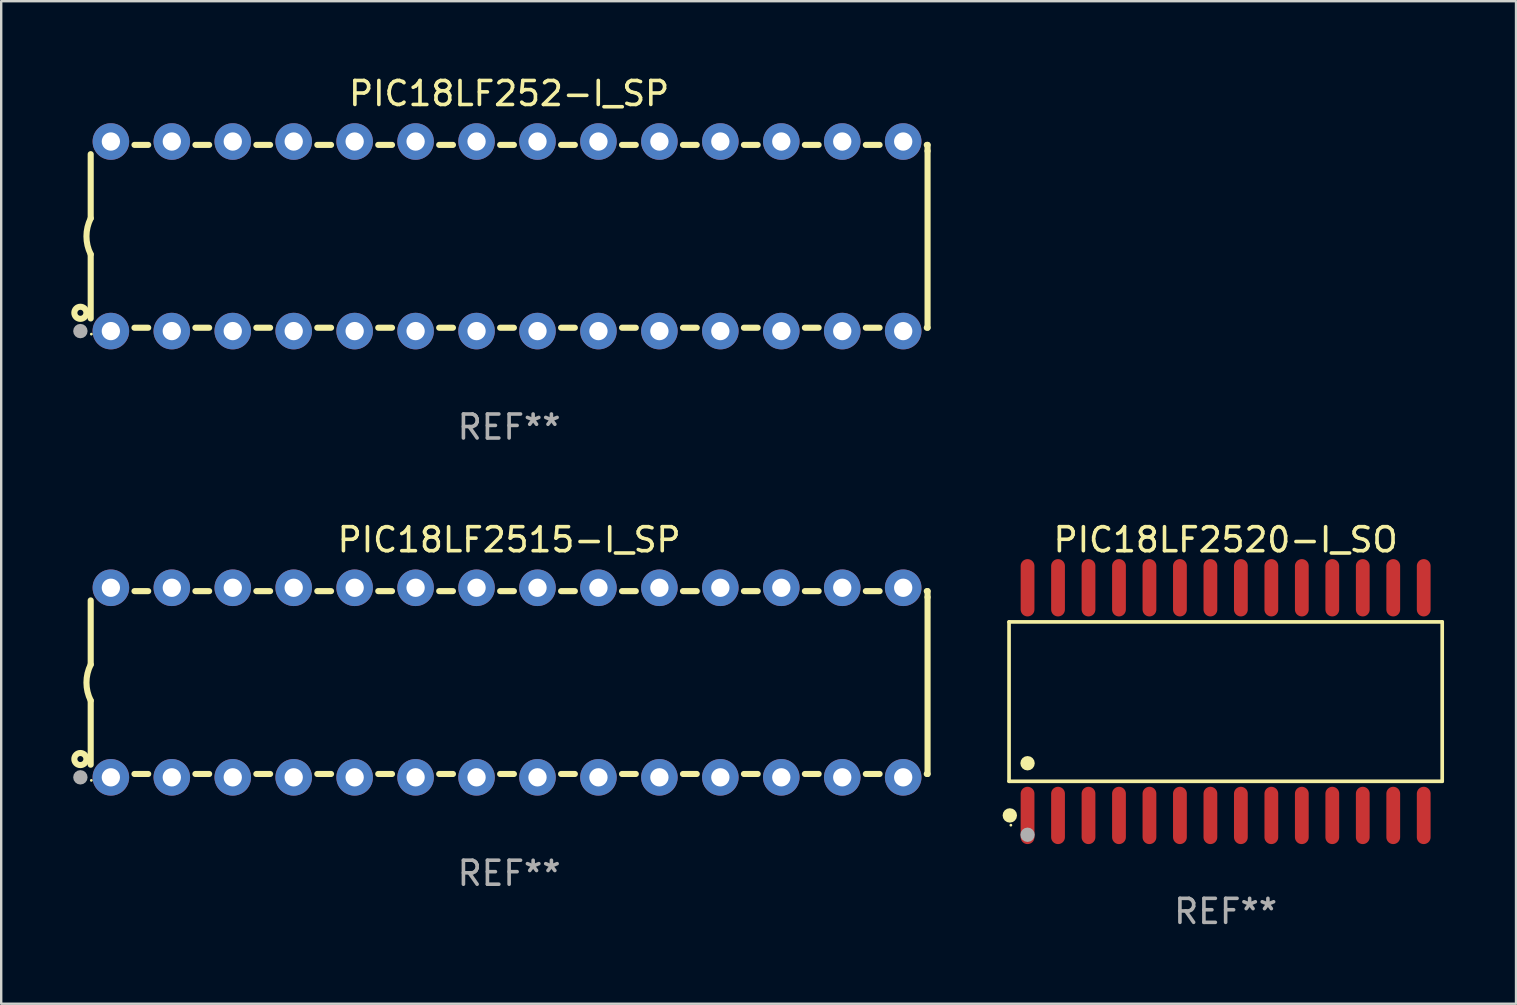
<source format=kicad_pcb>
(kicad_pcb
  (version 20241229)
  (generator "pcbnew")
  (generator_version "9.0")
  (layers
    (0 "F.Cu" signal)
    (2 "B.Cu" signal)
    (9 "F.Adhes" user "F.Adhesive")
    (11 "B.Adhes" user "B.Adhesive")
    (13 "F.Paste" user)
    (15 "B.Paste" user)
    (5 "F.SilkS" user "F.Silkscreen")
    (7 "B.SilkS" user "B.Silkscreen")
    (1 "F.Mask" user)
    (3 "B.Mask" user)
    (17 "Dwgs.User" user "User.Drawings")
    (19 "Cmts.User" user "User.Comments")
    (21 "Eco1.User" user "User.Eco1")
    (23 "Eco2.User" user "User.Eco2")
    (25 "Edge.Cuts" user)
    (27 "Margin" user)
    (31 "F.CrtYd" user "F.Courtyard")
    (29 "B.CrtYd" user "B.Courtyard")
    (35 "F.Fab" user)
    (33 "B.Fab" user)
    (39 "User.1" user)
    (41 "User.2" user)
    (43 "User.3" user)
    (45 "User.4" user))
  (footprint "PIC18LF252-I_SP"
    (layer "F.Cu")
    (at 18.168 6.798)
    (property "Reference" "PIC18LF252-I_SP" (at 0 -5.95 0) (layer "F.SilkS") (effects (font (size 1 1) (thickness 0.15))))
    (attr through_hole)
    (fp_line (start -17.438 0.75) (end -17.438 3.423) (stroke (width 0.254) (type solid)) (layer "F.SilkS"))
    (fp_line (start -17.438 -3.423) (end -17.438 -0.75) (stroke (width 0.254) (type solid)) (layer "F.SilkS"))
    (fp_line (start -15.615 3.81) (end -15.041 3.81) (stroke (width 0.254) (type solid)) (layer "F.SilkS"))
    (fp_line (start -15.041 -3.81) (end -15.614 -3.81) (stroke (width 0.254) (type solid)) (layer "F.SilkS"))
    (fp_line (start -13.075 3.81) (end -12.501 3.81) (stroke (width 0.254) (type solid)) (layer "F.SilkS"))
    (fp_line (start -12.501 -3.81) (end -13.074 -3.81) (stroke (width 0.254) (type solid)) (layer "F.SilkS"))
    (fp_line (start -10.535 3.81) (end -9.961 3.81) (stroke (width 0.254) (type solid)) (layer "F.SilkS"))
    (fp_line (start -9.961 -3.81) (end -10.534 -3.81) (stroke (width 0.254) (type solid)) (layer "F.SilkS"))
    (fp_line (start -7.995 3.81) (end -7.421 3.81) (stroke (width 0.254) (type solid)) (layer "F.SilkS"))
    (fp_line (start -7.421 -3.81) (end -7.995 -3.81) (stroke (width 0.254) (type solid)) (layer "F.SilkS"))
    (fp_line (start -5.455 3.81) (end -4.881 3.81) (stroke (width 0.254) (type solid)) (layer "F.SilkS"))
    (fp_line (start -4.881 -3.81) (end -5.455 -3.81) (stroke (width 0.254) (type solid)) (layer "F.SilkS"))
    (fp_line (start -2.915 3.81) (end -2.341 3.81) (stroke (width 0.254) (type solid)) (layer "F.SilkS"))
    (fp_line (start -2.341 -3.81) (end -2.915 -3.81) (stroke (width 0.254) (type solid)) (layer "F.SilkS"))
    (fp_line (start -0.375 3.81) (end 0.199 3.81) (stroke (width 0.254) (type solid)) (layer "F.SilkS"))
    (fp_line (start 0.199 -3.81) (end -0.375 -3.81) (stroke (width 0.254) (type solid)) (layer "F.SilkS"))
    (fp_line (start 2.165 3.81) (end 2.739 3.81) (stroke (width 0.254) (type solid)) (layer "F.SilkS"))
    (fp_line (start 2.739 -3.81) (end 2.165 -3.81) (stroke (width 0.254) (type solid)) (layer "F.SilkS"))
    (fp_line (start 4.705 3.81) (end 5.279 3.81) (stroke (width 0.254) (type solid)) (layer "F.SilkS"))
    (fp_line (start 5.279 -3.81) (end 4.705 -3.81) (stroke (width 0.254) (type solid)) (layer "F.SilkS"))
    (fp_line (start 7.245 3.81) (end 7.819 3.81) (stroke (width 0.254) (type solid)) (layer "F.SilkS"))
    (fp_line (start 7.819 -3.81) (end 7.245 -3.81) (stroke (width 0.254) (type solid)) (layer "F.SilkS"))
    (fp_line (start 9.785 3.81) (end 10.359 3.81) (stroke (width 0.254) (type solid)) (layer "F.SilkS"))
    (fp_line (start 10.359 -3.81) (end 9.785 -3.81) (stroke (width 0.254) (type solid)) (layer "F.SilkS"))
    (fp_line (start 12.325 3.81) (end 12.899 3.81) (stroke (width 0.254) (type solid)) (layer "F.SilkS"))
    (fp_line (start 12.899 -3.81) (end 12.325 -3.81) (stroke (width 0.254) (type solid)) (layer "F.SilkS"))
    (fp_line (start 14.865 3.81) (end 15.439 3.81) (stroke (width 0.254) (type solid)) (layer "F.SilkS"))
    (fp_line (start 15.439 -3.81) (end 14.865 -3.81) (stroke (width 0.254) (type solid)) (layer "F.SilkS"))
    (fp_line (start 17.405 3.81) (end 17.438 3.81) (stroke (width 0.254) (type solid)) (layer "F.SilkS"))
    (fp_line (start 17.438 -3.81) (end 17.405 -3.81) (stroke (width 0.254) (type solid)) (layer "F.SilkS"))
    (fp_line (start 17.438 -3.556) (end 17.438 -3.81) (stroke (width 0.254) (type solid)) (layer "F.SilkS"))
    (fp_line (start 17.438 3.81) (end 17.438 -3.556) (stroke (width 0.254) (type solid)) (layer "F.SilkS"))
    (fp_arc (start -17.437986 0.749657) (mid -17.614887 -0.000024) (end -17.437783 -0.749657) (stroke (width 0.254001) (type solid)) (layer "F.SilkS"))
    (fp_circle (center -17.868 3.188) (end -17.743 3.188) (stroke (width 0.254) (type solid)) (fill no) (layer "F.SilkS"))
    (fp_circle (center -17.411 4.077) (end -17.381 4.077) (stroke (width 0.06) (type solid)) (fill no) (layer "F.SilkS"))
    (fp_circle (center -17.868 3.95) (end -17.718 3.95) (stroke (width 0.3) (type solid)) (fill no) (layer "F.Fab"))
    (fp_text user "REF**" (at 0 7.95 0) (layer "F.Fab") (effects (font (size 1 1) (thickness 0.15))))
    (pad "1" thru_hole circle (at -16.598 3.95) (size 1.524 1.524) (drill 0.762) (layers "*.Cu" "*.Mask"))
    (pad "2" thru_hole circle (at -14.058 3.95) (size 1.524 1.524) (drill 0.762) (layers "*.Cu" "*.Mask"))
    (pad "3" thru_hole circle (at -11.518 3.95) (size 1.524 1.524) (drill 0.762) (layers "*.Cu" "*.Mask"))
    (pad "4" thru_hole circle (at -8.978 3.95) (size 1.524 1.524) (drill 0.762) (layers "*.Cu" "*.Mask"))
    (pad "5" thru_hole circle (at -6.438 3.95) (size 1.524 1.524) (drill 0.762) (layers "*.Cu" "*.Mask"))
    (pad "6" thru_hole circle (at -3.898 3.95) (size 1.524 1.524) (drill 0.762) (layers "*.Cu" "*.Mask"))
    (pad "7" thru_hole circle (at -1.358 3.95) (size 1.524 1.524) (drill 0.762) (layers "*.Cu" "*.Mask"))
    (pad "8" thru_hole circle (at 1.182 3.95) (size 1.524 1.524) (drill 0.762) (layers "*.Cu" "*.Mask"))
    (pad "9" thru_hole circle (at 3.722 3.95) (size 1.524 1.524) (drill 0.762) (layers "*.Cu" "*.Mask"))
    (pad "10" thru_hole circle (at 6.262 3.95) (size 1.524 1.524) (drill 0.762) (layers "*.Cu" "*.Mask"))
    (pad "11" thru_hole circle (at 8.802 3.95) (size 1.524 1.524) (drill 0.762) (layers "*.Cu" "*.Mask"))
    (pad "12" thru_hole circle (at 11.342 3.95) (size 1.524 1.524) (drill 0.762) (layers "*.Cu" "*.Mask"))
    (pad "13" thru_hole circle (at 13.882 3.95) (size 1.524 1.524) (drill 0.762) (layers "*.Cu" "*.Mask"))
    (pad "14" thru_hole circle (at 16.422 3.95) (size 1.524 1.524) (drill 0.762) (layers "*.Cu" "*.Mask"))
    (pad "15" thru_hole circle (at 16.422 -3.95) (size 1.524 1.524) (drill 0.762) (layers "*.Cu" "*.Mask"))
    (pad "16" thru_hole circle (at 13.882 -3.95) (size 1.524 1.524) (drill 0.762) (layers "*.Cu" "*.Mask"))
    (pad "17" thru_hole circle (at 11.342 -3.95) (size 1.524 1.524) (drill 0.762) (layers "*.Cu" "*.Mask"))
    (pad "18" thru_hole circle (at 8.802 -3.95) (size 1.524 1.524) (drill 0.762) (layers "*.Cu" "*.Mask"))
    (pad "19" thru_hole circle (at 6.262 -3.95) (size 1.524 1.524) (drill 0.762) (layers "*.Cu" "*.Mask"))
    (pad "20" thru_hole circle (at 3.722 -3.95) (size 1.524 1.524) (drill 0.762) (layers "*.Cu" "*.Mask"))
    (pad "21" thru_hole circle (at 1.182 -3.95) (size 1.524 1.524) (drill 0.762) (layers "*.Cu" "*.Mask"))
    (pad "22" thru_hole circle (at -1.358 -3.95) (size 1.524 1.524) (drill 0.762) (layers "*.Cu" "*.Mask"))
    (pad "23" thru_hole circle (at -3.898 -3.95) (size 1.524 1.524) (drill 0.762) (layers "*.Cu" "*.Mask"))
    (pad "24" thru_hole circle (at -6.438 -3.95) (size 1.524 1.524) (drill 0.762) (layers "*.Cu" "*.Mask"))
    (pad "25" thru_hole circle (at -8.978 -3.95) (size 1.524 1.524) (drill 0.762) (layers "*.Cu" "*.Mask"))
    (pad "26" thru_hole circle (at -11.517 -3.95) (size 1.524 1.524) (drill 0.762) (layers "*.Cu" "*.Mask"))
    (pad "27" thru_hole circle (at -14.057 -3.95) (size 1.524 1.524) (drill 0.762) (layers "*.Cu" "*.Mask"))
    (pad "28" thru_hole circle (at -16.597 -3.95) (size 1.524 1.524) (drill 0.762) (layers "*.Cu" "*.Mask")))
  (footprint "PIC18LF2515-I_SP"
    (layer "F.Cu")
    (at 18.168 25.395)
    (property "Reference" "PIC18LF2515-I_SP" (at 0 -5.95 0) (layer "F.SilkS") (effects (font (size 1 1) (thickness 0.15))))
    (attr through_hole)
    (fp_line (start -17.438 0.75) (end -17.438 3.423) (stroke (width 0.254) (type solid)) (layer "F.SilkS"))
    (fp_line (start -17.438 -3.423) (end -17.438 -0.75) (stroke (width 0.254) (type solid)) (layer "F.SilkS"))
    (fp_line (start -15.615 3.81) (end -15.041 3.81) (stroke (width 0.254) (type solid)) (layer "F.SilkS"))
    (fp_line (start -15.041 -3.81) (end -15.614 -3.81) (stroke (width 0.254) (type solid)) (layer "F.SilkS"))
    (fp_line (start -13.075 3.81) (end -12.501 3.81) (stroke (width 0.254) (type solid)) (layer "F.SilkS"))
    (fp_line (start -12.501 -3.81) (end -13.074 -3.81) (stroke (width 0.254) (type solid)) (layer "F.SilkS"))
    (fp_line (start -10.535 3.81) (end -9.961 3.81) (stroke (width 0.254) (type solid)) (layer "F.SilkS"))
    (fp_line (start -9.961 -3.81) (end -10.534 -3.81) (stroke (width 0.254) (type solid)) (layer "F.SilkS"))
    (fp_line (start -7.995 3.81) (end -7.421 3.81) (stroke (width 0.254) (type solid)) (layer "F.SilkS"))
    (fp_line (start -7.421 -3.81) (end -7.995 -3.81) (stroke (width 0.254) (type solid)) (layer "F.SilkS"))
    (fp_line (start -5.455 3.81) (end -4.881 3.81) (stroke (width 0.254) (type solid)) (layer "F.SilkS"))
    (fp_line (start -4.881 -3.81) (end -5.455 -3.81) (stroke (width 0.254) (type solid)) (layer "F.SilkS"))
    (fp_line (start -2.915 3.81) (end -2.341 3.81) (stroke (width 0.254) (type solid)) (layer "F.SilkS"))
    (fp_line (start -2.341 -3.81) (end -2.915 -3.81) (stroke (width 0.254) (type solid)) (layer "F.SilkS"))
    (fp_line (start -0.375 3.81) (end 0.199 3.81) (stroke (width 0.254) (type solid)) (layer "F.SilkS"))
    (fp_line (start 0.199 -3.81) (end -0.375 -3.81) (stroke (width 0.254) (type solid)) (layer "F.SilkS"))
    (fp_line (start 2.165 3.81) (end 2.739 3.81) (stroke (width 0.254) (type solid)) (layer "F.SilkS"))
    (fp_line (start 2.739 -3.81) (end 2.165 -3.81) (stroke (width 0.254) (type solid)) (layer "F.SilkS"))
    (fp_line (start 4.705 3.81) (end 5.279 3.81) (stroke (width 0.254) (type solid)) (layer "F.SilkS"))
    (fp_line (start 5.279 -3.81) (end 4.705 -3.81) (stroke (width 0.254) (type solid)) (layer "F.SilkS"))
    (fp_line (start 7.245 3.81) (end 7.819 3.81) (stroke (width 0.254) (type solid)) (layer "F.SilkS"))
    (fp_line (start 7.819 -3.81) (end 7.245 -3.81) (stroke (width 0.254) (type solid)) (layer "F.SilkS"))
    (fp_line (start 9.785 3.81) (end 10.359 3.81) (stroke (width 0.254) (type solid)) (layer "F.SilkS"))
    (fp_line (start 10.359 -3.81) (end 9.785 -3.81) (stroke (width 0.254) (type solid)) (layer "F.SilkS"))
    (fp_line (start 12.325 3.81) (end 12.899 3.81) (stroke (width 0.254) (type solid)) (layer "F.SilkS"))
    (fp_line (start 12.899 -3.81) (end 12.325 -3.81) (stroke (width 0.254) (type solid)) (layer "F.SilkS"))
    (fp_line (start 14.865 3.81) (end 15.439 3.81) (stroke (width 0.254) (type solid)) (layer "F.SilkS"))
    (fp_line (start 15.439 -3.81) (end 14.865 -3.81) (stroke (width 0.254) (type solid)) (layer "F.SilkS"))
    (fp_line (start 17.405 3.81) (end 17.438 3.81) (stroke (width 0.254) (type solid)) (layer "F.SilkS"))
    (fp_line (start 17.438 -3.81) (end 17.405 -3.81) (stroke (width 0.254) (type solid)) (layer "F.SilkS"))
    (fp_line (start 17.438 -3.556) (end 17.438 -3.81) (stroke (width 0.254) (type solid)) (layer "F.SilkS"))
    (fp_line (start 17.438 3.81) (end 17.438 -3.556) (stroke (width 0.254) (type solid)) (layer "F.SilkS"))
    (fp_arc (start -17.437986 0.749657) (mid -17.614887 -0.000024) (end -17.437783 -0.749657) (stroke (width 0.254001) (type solid)) (layer "F.SilkS"))
    (fp_circle (center -17.868 3.188) (end -17.743 3.188) (stroke (width 0.254) (type solid)) (fill no) (layer "F.SilkS"))
    (fp_circle (center -17.411 4.077) (end -17.381 4.077) (stroke (width 0.06) (type solid)) (fill no) (layer "F.SilkS"))
    (fp_circle (center -17.868 3.95) (end -17.718 3.95) (stroke (width 0.3) (type solid)) (fill no) (layer "F.Fab"))
    (fp_text user "REF**" (at 0 7.95 0) (layer "F.Fab") (effects (font (size 1 1) (thickness 0.15))))
    (pad "1" thru_hole circle (at -16.598 3.95) (size 1.524 1.524) (drill 0.762) (layers "*.Cu" "*.Mask"))
    (pad "2" thru_hole circle (at -14.058 3.95) (size 1.524 1.524) (drill 0.762) (layers "*.Cu" "*.Mask"))
    (pad "3" thru_hole circle (at -11.518 3.95) (size 1.524 1.524) (drill 0.762) (layers "*.Cu" "*.Mask"))
    (pad "4" thru_hole circle (at -8.978 3.95) (size 1.524 1.524) (drill 0.762) (layers "*.Cu" "*.Mask"))
    (pad "5" thru_hole circle (at -6.438 3.95) (size 1.524 1.524) (drill 0.762) (layers "*.Cu" "*.Mask"))
    (pad "6" thru_hole circle (at -3.898 3.95) (size 1.524 1.524) (drill 0.762) (layers "*.Cu" "*.Mask"))
    (pad "7" thru_hole circle (at -1.358 3.95) (size 1.524 1.524) (drill 0.762) (layers "*.Cu" "*.Mask"))
    (pad "8" thru_hole circle (at 1.182 3.95) (size 1.524 1.524) (drill 0.762) (layers "*.Cu" "*.Mask"))
    (pad "9" thru_hole circle (at 3.722 3.95) (size 1.524 1.524) (drill 0.762) (layers "*.Cu" "*.Mask"))
    (pad "10" thru_hole circle (at 6.262 3.95) (size 1.524 1.524) (drill 0.762) (layers "*.Cu" "*.Mask"))
    (pad "11" thru_hole circle (at 8.802 3.95) (size 1.524 1.524) (drill 0.762) (layers "*.Cu" "*.Mask"))
    (pad "12" thru_hole circle (at 11.342 3.95) (size 1.524 1.524) (drill 0.762) (layers "*.Cu" "*.Mask"))
    (pad "13" thru_hole circle (at 13.882 3.95) (size 1.524 1.524) (drill 0.762) (layers "*.Cu" "*.Mask"))
    (pad "14" thru_hole circle (at 16.422 3.95) (size 1.524 1.524) (drill 0.762) (layers "*.Cu" "*.Mask"))
    (pad "15" thru_hole circle (at 16.422 -3.95) (size 1.524 1.524) (drill 0.762) (layers "*.Cu" "*.Mask"))
    (pad "16" thru_hole circle (at 13.882 -3.95) (size 1.524 1.524) (drill 0.762) (layers "*.Cu" "*.Mask"))
    (pad "17" thru_hole circle (at 11.342 -3.95) (size 1.524 1.524) (drill 0.762) (layers "*.Cu" "*.Mask"))
    (pad "18" thru_hole circle (at 8.802 -3.95) (size 1.524 1.524) (drill 0.762) (layers "*.Cu" "*.Mask"))
    (pad "19" thru_hole circle (at 6.262 -3.95) (size 1.524 1.524) (drill 0.762) (layers "*.Cu" "*.Mask"))
    (pad "20" thru_hole circle (at 3.722 -3.95) (size 1.524 1.524) (drill 0.762) (layers "*.Cu" "*.Mask"))
    (pad "21" thru_hole circle (at 1.182 -3.95) (size 1.524 1.524) (drill 0.762) (layers "*.Cu" "*.Mask"))
    (pad "22" thru_hole circle (at -1.358 -3.95) (size 1.524 1.524) (drill 0.762) (layers "*.Cu" "*.Mask"))
    (pad "23" thru_hole circle (at -3.898 -3.95) (size 1.524 1.524) (drill 0.762) (layers "*.Cu" "*.Mask"))
    (pad "24" thru_hole circle (at -6.438 -3.95) (size 1.524 1.524) (drill 0.762) (layers "*.Cu" "*.Mask"))
    (pad "25" thru_hole circle (at -8.978 -3.95) (size 1.524 1.524) (drill 0.762) (layers "*.Cu" "*.Mask"))
    (pad "26" thru_hole circle (at -11.517 -3.95) (size 1.524 1.524) (drill 0.762) (layers "*.Cu" "*.Mask"))
    (pad "27" thru_hole circle (at -14.057 -3.95) (size 1.524 1.524) (drill 0.762) (layers "*.Cu" "*.Mask"))
    (pad "28" thru_hole circle (at -16.597 -3.95) (size 1.524 1.524) (drill 0.762) (layers "*.Cu" "*.Mask")))
  (footprint "PIC18LF2520-I_SO"
    (layer "F.Cu")
    (at 48.028 26.189)
    (property "Reference" "PIC18LF2520-I_SO" (at 0 -6.744 0) (layer "F.SilkS") (effects (font (size 1 1) (thickness 0.15))))
    (attr through_hole)
    (fp_line (start -9.026 -3.321) (end 9.026 -3.321) (stroke (width 0.152) (type solid)) (layer "F.SilkS"))
    (fp_line (start -9.026 3.321) (end -9.026 -3.321) (stroke (width 0.152) (type solid)) (layer "F.SilkS"))
    (fp_line (start 9.026 -3.321) (end 9.026 3.321) (stroke (width 0.152) (type solid)) (layer "F.SilkS"))
    (fp_line (start 9.026 3.321) (end -9.026 3.321) (stroke (width 0.152) (type solid)) (layer "F.SilkS"))
    (fp_circle (center -8.994 4.744) (end -8.844 4.744) (stroke (width 0.3) (type solid)) (fill no) (layer "F.SilkS"))
    (fp_circle (center -8.95 5.15) (end -8.92 5.15) (stroke (width 0.06) (type solid)) (fill no) (layer "F.SilkS"))
    (fp_circle (center -8.255 2.569) (end -8.105 2.569) (stroke (width 0.3) (type solid)) (fill no) (layer "F.SilkS"))
    (fp_circle (center -8.255 5.55) (end -8.105 5.55) (stroke (width 0.3) (type solid)) (fill no) (layer "F.Fab"))
    (fp_text user "REF**" (at 0 8.744 0) (layer "F.Fab") (effects (font (size 1 1) (thickness 0.15))))
    (pad "1" smd oval (at -8.255 4.744) (size 0.574 2.388) (layers "F.Cu" "F.Mask" "F.Paste"))
    (pad "2" smd oval (at -6.985 4.744) (size 0.574 2.388) (layers "F.Cu" "F.Mask" "F.Paste"))
    (pad "3" smd oval (at -5.715 4.744) (size 0.574 2.388) (layers "F.Cu" "F.Mask" "F.Paste"))
    (pad "4" smd oval (at -4.445 4.744) (size 0.574 2.388) (layers "F.Cu" "F.Mask" "F.Paste"))
    (pad "5" smd oval (at -3.175 4.744) (size 0.574 2.388) (layers "F.Cu" "F.Mask" "F.Paste"))
    (pad "6" smd oval (at -1.905 4.744) (size 0.574 2.388) (layers "F.Cu" "F.Mask" "F.Paste"))
    (pad "7" smd oval (at -0.635 4.744) (size 0.574 2.388) (layers "F.Cu" "F.Mask" "F.Paste"))
    (pad "8" smd oval (at 0.635 4.744) (size 0.574 2.388) (layers "F.Cu" "F.Mask" "F.Paste"))
    (pad "9" smd oval (at 1.905 4.744) (size 0.574 2.388) (layers "F.Cu" "F.Mask" "F.Paste"))
    (pad "10" smd oval (at 3.175 4.744) (size 0.574 2.388) (layers "F.Cu" "F.Mask" "F.Paste"))
    (pad "11" smd oval (at 4.445 4.744) (size 0.574 2.388) (layers "F.Cu" "F.Mask" "F.Paste"))
    (pad "12" smd oval (at 5.715 4.744) (size 0.574 2.388) (layers "F.Cu" "F.Mask" "F.Paste"))
    (pad "13" smd oval (at 6.985 4.744) (size 0.574 2.388) (layers "F.Cu" "F.Mask" "F.Paste"))
    (pad "14" smd oval (at 8.255 4.744) (size 0.574 2.388) (layers "F.Cu" "F.Mask" "F.Paste"))
    (pad "15" smd oval (at 8.255 -4.744) (size 0.574 2.388) (layers "F.Cu" "F.Mask" "F.Paste"))
    (pad "16" smd oval (at 6.985 -4.744) (size 0.574 2.388) (layers "F.Cu" "F.Mask" "F.Paste"))
    (pad "17" smd oval (at 5.715 -4.744) (size 0.574 2.388) (layers "F.Cu" "F.Mask" "F.Paste"))
    (pad "18" smd oval (at 4.445 -4.744) (size 0.574 2.388) (layers "F.Cu" "F.Mask" "F.Paste"))
    (pad "19" smd oval (at 3.175 -4.744) (size 0.574 2.388) (layers "F.Cu" "F.Mask" "F.Paste"))
    (pad "20" smd oval (at 1.905 -4.744) (size 0.574 2.388) (layers "F.Cu" "F.Mask" "F.Paste"))
    (pad "21" smd oval (at 0.635 -4.744) (size 0.574 2.388) (layers "F.Cu" "F.Mask" "F.Paste"))
    (pad "22" smd oval (at -0.635 -4.744) (size 0.574 2.388) (layers "F.Cu" "F.Mask" "F.Paste"))
    (pad "23" smd oval (at -1.905 -4.744) (size 0.574 2.388) (layers "F.Cu" "F.Mask" "F.Paste"))
    (pad "24" smd oval (at -3.175 -4.744) (size 0.574 2.388) (layers "F.Cu" "F.Mask" "F.Paste"))
    (pad "25" smd oval (at -4.445 -4.744) (size 0.574 2.388) (layers "F.Cu" "F.Mask" "F.Paste"))
    (pad "26" smd oval (at -5.715 -4.744) (size 0.574 2.388) (layers "F.Cu" "F.Mask" "F.Paste"))
    (pad "27" smd oval (at -6.985 -4.744) (size 0.574 2.388) (layers "F.Cu" "F.Mask" "F.Paste"))
    (pad "28" smd oval (at -8.255 -4.744) (size 0.574 2.388) (layers "F.Cu" "F.Mask" "F.Paste")))
  (gr_rect
    (start -3 -3)
    (end 60.13 38.781)
    (stroke (width 0.1) (type default))
    (fill no)
    (layer "Edge.Cuts")))
</source>
